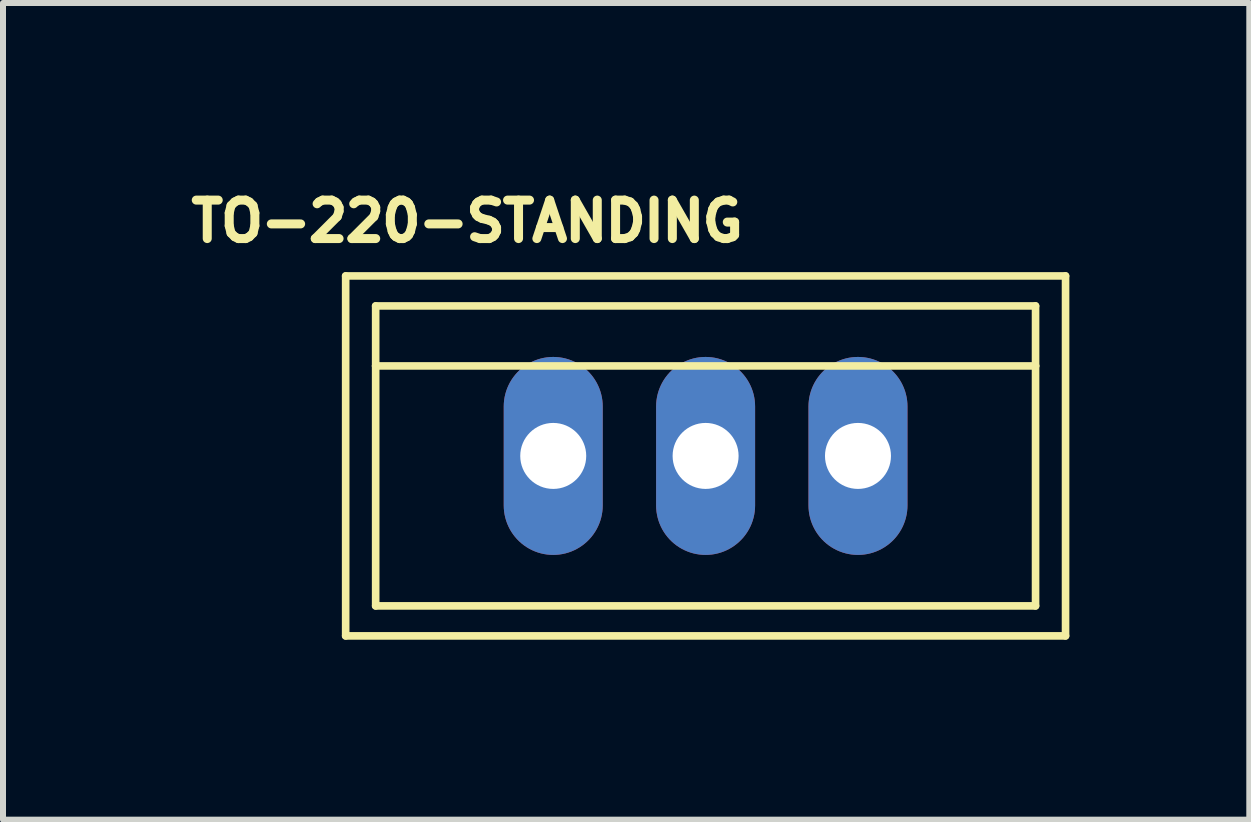
<source format=kicad_pcb>
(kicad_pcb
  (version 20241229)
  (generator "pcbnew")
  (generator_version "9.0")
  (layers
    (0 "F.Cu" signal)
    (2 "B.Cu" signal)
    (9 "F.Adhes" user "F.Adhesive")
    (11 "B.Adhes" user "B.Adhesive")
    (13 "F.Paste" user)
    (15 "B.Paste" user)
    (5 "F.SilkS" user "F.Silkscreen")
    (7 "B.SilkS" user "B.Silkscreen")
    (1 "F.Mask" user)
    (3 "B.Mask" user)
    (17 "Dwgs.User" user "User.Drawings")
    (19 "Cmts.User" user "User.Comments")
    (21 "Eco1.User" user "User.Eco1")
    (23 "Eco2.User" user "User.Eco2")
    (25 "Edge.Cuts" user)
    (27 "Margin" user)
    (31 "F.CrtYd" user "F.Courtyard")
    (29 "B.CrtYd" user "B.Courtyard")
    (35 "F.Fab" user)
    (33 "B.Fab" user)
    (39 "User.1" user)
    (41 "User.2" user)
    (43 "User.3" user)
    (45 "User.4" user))
  (footprint "TO-220-STANDING"
    (layer "F.Cu")
    (at 8.712 4.55)
    (property "Reference" "TO-220-STANDING" (at -3.973 -3.912 0) (layer "F.SilkS") (effects (font (size 0.641 0.641) (thickness 0.15))))
    (attr through_hole)
    (fp_line (start -6 -3) (end -6 3) (stroke (width 0.127) (type solid)) (layer "F.SilkS"))
    (fp_line (start -6 3) (end 6 3) (stroke (width 0.127) (type solid)) (layer "F.SilkS"))
    (fp_line (start -5.5 -2.5) (end -5.5 -1.5) (stroke (width 0.127) (type solid)) (layer "F.SilkS"))
    (fp_line (start -5.5 -1.5) (end -5.5 2.5) (stroke (width 0.127) (type solid)) (layer "F.SilkS"))
    (fp_line (start -5.5 -1.5) (end 5.5 -1.5) (stroke (width 0.127) (type solid)) (layer "F.SilkS"))
    (fp_line (start -5.5 2.5) (end 5.5 2.5) (stroke (width 0.127) (type solid)) (layer "F.SilkS"))
    (fp_line (start 5.5 -2.5) (end -5.5 -2.5) (stroke (width 0.127) (type solid)) (layer "F.SilkS"))
    (fp_line (start 5.5 -1.5) (end 5.5 -2.5) (stroke (width 0.127) (type solid)) (layer "F.SilkS"))
    (fp_line (start 5.5 2.5) (end 5.5 -1.5) (stroke (width 0.127) (type solid)) (layer "F.SilkS"))
    (fp_line (start 6 -3) (end -6 -3) (stroke (width 0.127) (type solid)) (layer "F.SilkS"))
    (fp_line (start 6 3) (end 6 -3) (stroke (width 0.127) (type solid)) (layer "F.SilkS"))
    (pad "1" thru_hole oval (at -2.54 0) (size 1.65 3.3) (drill 1.1) (layers "*.Cu" "*.Mask"))
    (pad "2" thru_hole oval (at 0 0) (size 1.65 3.3) (drill 1.1) (layers "*.Cu" "*.Mask"))
    (pad "3" thru_hole oval (at 2.54 0) (size 1.65 3.3) (drill 1.1) (layers "*.Cu" "*.Mask")))
  (gr_rect
    (start -3 -3)
    (end 17.775 10.613)
    (stroke (width 0.1) (type default))
    (fill no)
    (layer "Edge.Cuts")))
</source>
